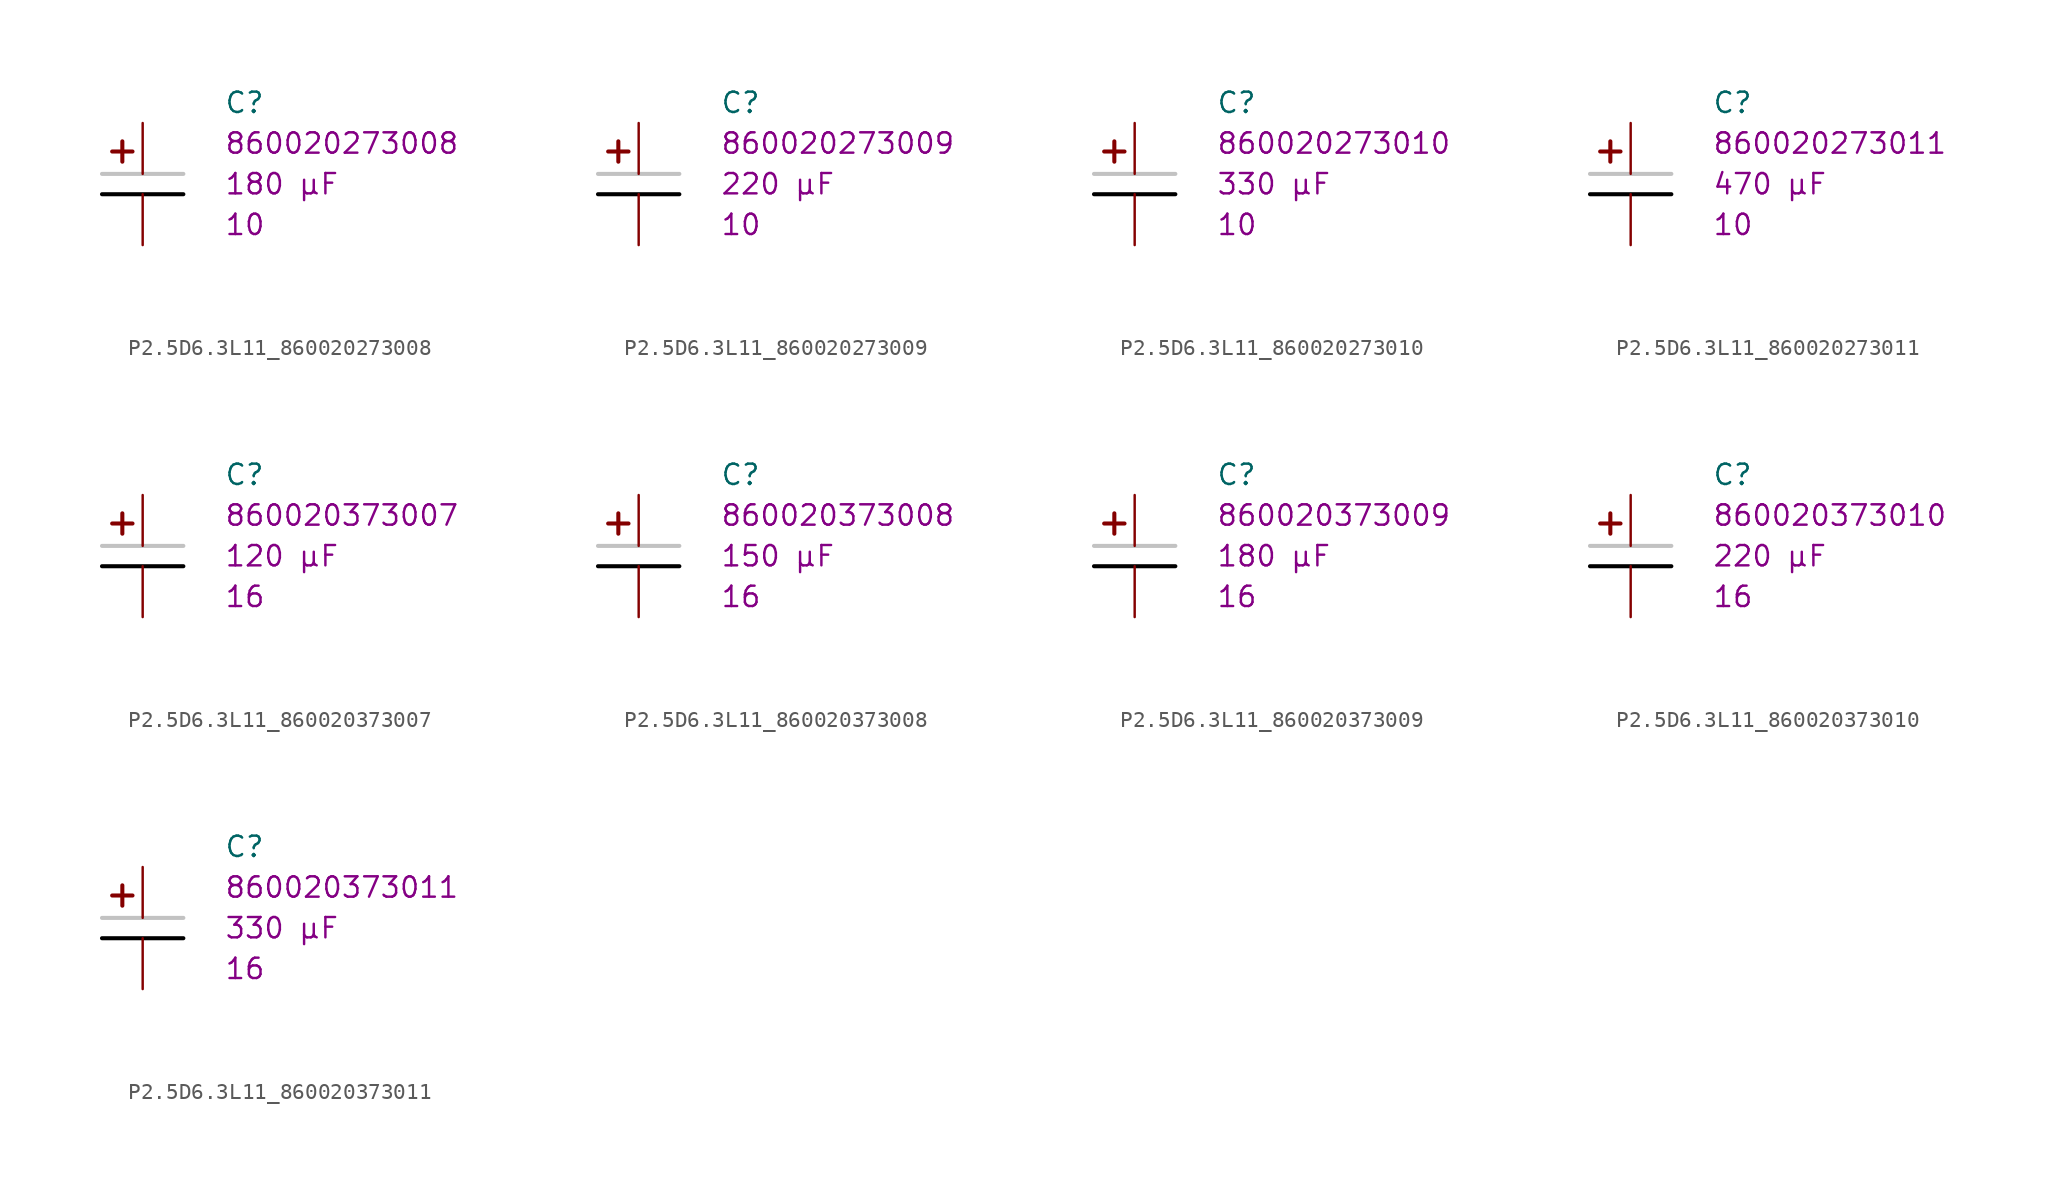
<source format=kicad_sym>
(kicad_symbol_lib
  (version 20220914)
  (generator kicad_symbol_editor)
  (symbol "P2.5D6.3L11_860020273008"
    (pin_numbers hide)
    (pin_names hide)
    (property "Reference" "C"
      (at 5.08 5.08 0)
      (effects (font (size 1.27 1.27)) (justify left)))
    (property "Part Number" "860020273008"
      (at 5.08 2.54 0)
      (effects (font (size 1.27 1.27)) (justify left)))
    (property "Capacitance" "180 µF"
      (at 5.08 0 0)
      (effects (font (size 1.27 1.27)) (justify left)))
    (property "Voltage" "10"
      (at 5.08 -2.54 0)
      (effects (font (size 1.27 1.27)) (justify left)))
    (property "Critical Parameter" ""
      (at 0 -7.62 0)
      (effects (font (size 1.27 1.27))))
    (symbol "P2.5D6.3L11_860020273008_1_1"
      (polyline (pts (xy -1.27 2.667) (xy -1.27 1.397)) (stroke (width 0.254) (type default)) (fill (type none)))
      (polyline (pts (xy -0.635 2.032) (xy -1.905 2.032)) (stroke (width 0.254) (type default)) (fill (type none)))
      (polyline (pts (xy 2.54 -0.635) (xy -2.54 -0.635)) (stroke (width 0.254) (type default) (color 0 0 0 1)) (fill (type none)))
      (polyline (pts (xy 2.54 0.635) (xy -2.54 0.635)) (stroke (width 0.254) (type default) (color 194 194 194 1)) (fill (type none)))
      (pin passive line (at 0 3.81 270) (length 3.175) (name "1" (effects (font (size 1.27 1.27)))) (number "1" (effects (font (size 1.27 1.27)))))
      (pin passive line (at 0 -3.81 90) (length 3.175) (name "2" (effects (font (size 1.27 1.27)))) (number "2" (effects (font (size 1.27 1.27)))))))
  (symbol "P2.5D6.3L11_860020273009"
    (pin_numbers hide)
    (pin_names hide)
    (property "Reference" "C"
      (at 5.08 5.08 0)
      (effects (font (size 1.27 1.27)) (justify left)))
    (property "Part Number" "860020273009"
      (at 5.08 2.54 0)
      (effects (font (size 1.27 1.27)) (justify left)))
    (property "Capacitance" "220 µF"
      (at 5.08 0 0)
      (effects (font (size 1.27 1.27)) (justify left)))
    (property "Voltage" "10"
      (at 5.08 -2.54 0)
      (effects (font (size 1.27 1.27)) (justify left)))
    (property "Critical Parameter" ""
      (at 0 -7.62 0)
      (effects (font (size 1.27 1.27))))
    (symbol "P2.5D6.3L11_860020273009_1_1"
      (polyline (pts (xy -1.27 2.667) (xy -1.27 1.397)) (stroke (width 0.254) (type default)) (fill (type none)))
      (polyline (pts (xy -0.635 2.032) (xy -1.905 2.032)) (stroke (width 0.254) (type default)) (fill (type none)))
      (polyline (pts (xy 2.54 -0.635) (xy -2.54 -0.635)) (stroke (width 0.254) (type default) (color 0 0 0 1)) (fill (type none)))
      (polyline (pts (xy 2.54 0.635) (xy -2.54 0.635)) (stroke (width 0.254) (type default) (color 194 194 194 1)) (fill (type none)))
      (pin passive line (at 0 3.81 270) (length 3.175) (name "1" (effects (font (size 1.27 1.27)))) (number "1" (effects (font (size 1.27 1.27)))))
      (pin passive line (at 0 -3.81 90) (length 3.175) (name "2" (effects (font (size 1.27 1.27)))) (number "2" (effects (font (size 1.27 1.27)))))))
  (symbol "P2.5D6.3L11_860020273010"
    (pin_numbers hide)
    (pin_names hide)
    (property "Reference" "C"
      (at 5.08 5.08 0)
      (effects (font (size 1.27 1.27)) (justify left)))
    (property "Part Number" "860020273010"
      (at 5.08 2.54 0)
      (effects (font (size 1.27 1.27)) (justify left)))
    (property "Capacitance" "330 µF"
      (at 5.08 0 0)
      (effects (font (size 1.27 1.27)) (justify left)))
    (property "Voltage" "10"
      (at 5.08 -2.54 0)
      (effects (font (size 1.27 1.27)) (justify left)))
    (property "Critical Parameter" ""
      (at 0 -7.62 0)
      (effects (font (size 1.27 1.27))))
    (symbol "P2.5D6.3L11_860020273010_1_1"
      (polyline (pts (xy -1.27 2.667) (xy -1.27 1.397)) (stroke (width 0.254) (type default)) (fill (type none)))
      (polyline (pts (xy -0.635 2.032) (xy -1.905 2.032)) (stroke (width 0.254) (type default)) (fill (type none)))
      (polyline (pts (xy 2.54 -0.635) (xy -2.54 -0.635)) (stroke (width 0.254) (type default) (color 0 0 0 1)) (fill (type none)))
      (polyline (pts (xy 2.54 0.635) (xy -2.54 0.635)) (stroke (width 0.254) (type default) (color 194 194 194 1)) (fill (type none)))
      (pin passive line (at 0 3.81 270) (length 3.175) (name "1" (effects (font (size 1.27 1.27)))) (number "1" (effects (font (size 1.27 1.27)))))
      (pin passive line (at 0 -3.81 90) (length 3.175) (name "2" (effects (font (size 1.27 1.27)))) (number "2" (effects (font (size 1.27 1.27)))))))
  (symbol "P2.5D6.3L11_860020273011"
    (pin_numbers hide)
    (pin_names hide)
    (property "Reference" "C"
      (at 5.08 5.08 0)
      (effects (font (size 1.27 1.27)) (justify left)))
    (property "Part Number" "860020273011"
      (at 5.08 2.54 0)
      (effects (font (size 1.27 1.27)) (justify left)))
    (property "Capacitance" "470 µF"
      (at 5.08 0 0)
      (effects (font (size 1.27 1.27)) (justify left)))
    (property "Voltage" "10"
      (at 5.08 -2.54 0)
      (effects (font (size 1.27 1.27)) (justify left)))
    (property "Critical Parameter" ""
      (at 0 -7.62 0)
      (effects (font (size 1.27 1.27))))
    (symbol "P2.5D6.3L11_860020273011_1_1"
      (polyline (pts (xy -1.27 2.667) (xy -1.27 1.397)) (stroke (width 0.254) (type default)) (fill (type none)))
      (polyline (pts (xy -0.635 2.032) (xy -1.905 2.032)) (stroke (width 0.254) (type default)) (fill (type none)))
      (polyline (pts (xy 2.54 -0.635) (xy -2.54 -0.635)) (stroke (width 0.254) (type default) (color 0 0 0 1)) (fill (type none)))
      (polyline (pts (xy 2.54 0.635) (xy -2.54 0.635)) (stroke (width 0.254) (type default) (color 194 194 194 1)) (fill (type none)))
      (pin passive line (at 0 3.81 270) (length 3.175) (name "1" (effects (font (size 1.27 1.27)))) (number "1" (effects (font (size 1.27 1.27)))))
      (pin passive line (at 0 -3.81 90) (length 3.175) (name "2" (effects (font (size 1.27 1.27)))) (number "2" (effects (font (size 1.27 1.27)))))))
  (symbol "P2.5D6.3L11_860020373007"
    (pin_numbers hide)
    (pin_names hide)
    (property "Reference" "C"
      (at 5.08 5.08 0)
      (effects (font (size 1.27 1.27)) (justify left)))
    (property "Part Number" "860020373007"
      (at 5.08 2.54 0)
      (effects (font (size 1.27 1.27)) (justify left)))
    (property "Capacitance" "120 µF"
      (at 5.08 0 0)
      (effects (font (size 1.27 1.27)) (justify left)))
    (property "Voltage" "16"
      (at 5.08 -2.54 0)
      (effects (font (size 1.27 1.27)) (justify left)))
    (property "Critical Parameter" ""
      (at 0 -7.62 0)
      (effects (font (size 1.27 1.27))))
    (symbol "P2.5D6.3L11_860020373007_1_1"
      (polyline (pts (xy -1.27 2.667) (xy -1.27 1.397)) (stroke (width 0.254) (type default)) (fill (type none)))
      (polyline (pts (xy -0.635 2.032) (xy -1.905 2.032)) (stroke (width 0.254) (type default)) (fill (type none)))
      (polyline (pts (xy 2.54 -0.635) (xy -2.54 -0.635)) (stroke (width 0.254) (type default) (color 0 0 0 1)) (fill (type none)))
      (polyline (pts (xy 2.54 0.635) (xy -2.54 0.635)) (stroke (width 0.254) (type default) (color 194 194 194 1)) (fill (type none)))
      (pin passive line (at 0 3.81 270) (length 3.175) (name "1" (effects (font (size 1.27 1.27)))) (number "1" (effects (font (size 1.27 1.27)))))
      (pin passive line (at 0 -3.81 90) (length 3.175) (name "2" (effects (font (size 1.27 1.27)))) (number "2" (effects (font (size 1.27 1.27)))))))
  (symbol "P2.5D6.3L11_860020373008"
    (pin_numbers hide)
    (pin_names hide)
    (property "Reference" "C"
      (at 5.08 5.08 0)
      (effects (font (size 1.27 1.27)) (justify left)))
    (property "Part Number" "860020373008"
      (at 5.08 2.54 0)
      (effects (font (size 1.27 1.27)) (justify left)))
    (property "Capacitance" "150 µF"
      (at 5.08 0 0)
      (effects (font (size 1.27 1.27)) (justify left)))
    (property "Voltage" "16"
      (at 5.08 -2.54 0)
      (effects (font (size 1.27 1.27)) (justify left)))
    (property "Critical Parameter" ""
      (at 0 -7.62 0)
      (effects (font (size 1.27 1.27))))
    (symbol "P2.5D6.3L11_860020373008_1_1"
      (polyline (pts (xy -1.27 2.667) (xy -1.27 1.397)) (stroke (width 0.254) (type default)) (fill (type none)))
      (polyline (pts (xy -0.635 2.032) (xy -1.905 2.032)) (stroke (width 0.254) (type default)) (fill (type none)))
      (polyline (pts (xy 2.54 -0.635) (xy -2.54 -0.635)) (stroke (width 0.254) (type default) (color 0 0 0 1)) (fill (type none)))
      (polyline (pts (xy 2.54 0.635) (xy -2.54 0.635)) (stroke (width 0.254) (type default) (color 194 194 194 1)) (fill (type none)))
      (pin passive line (at 0 3.81 270) (length 3.175) (name "1" (effects (font (size 1.27 1.27)))) (number "1" (effects (font (size 1.27 1.27)))))
      (pin passive line (at 0 -3.81 90) (length 3.175) (name "2" (effects (font (size 1.27 1.27)))) (number "2" (effects (font (size 1.27 1.27)))))))
  (symbol "P2.5D6.3L11_860020373009"
    (pin_numbers hide)
    (pin_names hide)
    (property "Reference" "C"
      (at 5.08 5.08 0)
      (effects (font (size 1.27 1.27)) (justify left)))
    (property "Part Number" "860020373009"
      (at 5.08 2.54 0)
      (effects (font (size 1.27 1.27)) (justify left)))
    (property "Capacitance" "180 µF"
      (at 5.08 0 0)
      (effects (font (size 1.27 1.27)) (justify left)))
    (property "Voltage" "16"
      (at 5.08 -2.54 0)
      (effects (font (size 1.27 1.27)) (justify left)))
    (property "Critical Parameter" ""
      (at 0 -7.62 0)
      (effects (font (size 1.27 1.27))))
    (symbol "P2.5D6.3L11_860020373009_1_1"
      (polyline (pts (xy -1.27 2.667) (xy -1.27 1.397)) (stroke (width 0.254) (type default)) (fill (type none)))
      (polyline (pts (xy -0.635 2.032) (xy -1.905 2.032)) (stroke (width 0.254) (type default)) (fill (type none)))
      (polyline (pts (xy 2.54 -0.635) (xy -2.54 -0.635)) (stroke (width 0.254) (type default) (color 0 0 0 1)) (fill (type none)))
      (polyline (pts (xy 2.54 0.635) (xy -2.54 0.635)) (stroke (width 0.254) (type default) (color 194 194 194 1)) (fill (type none)))
      (pin passive line (at 0 3.81 270) (length 3.175) (name "1" (effects (font (size 1.27 1.27)))) (number "1" (effects (font (size 1.27 1.27)))))
      (pin passive line (at 0 -3.81 90) (length 3.175) (name "2" (effects (font (size 1.27 1.27)))) (number "2" (effects (font (size 1.27 1.27)))))))
  (symbol "P2.5D6.3L11_860020373010"
    (pin_numbers hide)
    (pin_names hide)
    (property "Reference" "C"
      (at 5.08 5.08 0)
      (effects (font (size 1.27 1.27)) (justify left)))
    (property "Part Number" "860020373010"
      (at 5.08 2.54 0)
      (effects (font (size 1.27 1.27)) (justify left)))
    (property "Capacitance" "220 µF"
      (at 5.08 0 0)
      (effects (font (size 1.27 1.27)) (justify left)))
    (property "Voltage" "16"
      (at 5.08 -2.54 0)
      (effects (font (size 1.27 1.27)) (justify left)))
    (property "Critical Parameter" ""
      (at 0 -7.62 0)
      (effects (font (size 1.27 1.27))))
    (symbol "P2.5D6.3L11_860020373010_1_1"
      (polyline (pts (xy -1.27 2.667) (xy -1.27 1.397)) (stroke (width 0.254) (type default)) (fill (type none)))
      (polyline (pts (xy -0.635 2.032) (xy -1.905 2.032)) (stroke (width 0.254) (type default)) (fill (type none)))
      (polyline (pts (xy 2.54 -0.635) (xy -2.54 -0.635)) (stroke (width 0.254) (type default) (color 0 0 0 1)) (fill (type none)))
      (polyline (pts (xy 2.54 0.635) (xy -2.54 0.635)) (stroke (width 0.254) (type default) (color 194 194 194 1)) (fill (type none)))
      (pin passive line (at 0 3.81 270) (length 3.175) (name "1" (effects (font (size 1.27 1.27)))) (number "1" (effects (font (size 1.27 1.27)))))
      (pin passive line (at 0 -3.81 90) (length 3.175) (name "2" (effects (font (size 1.27 1.27)))) (number "2" (effects (font (size 1.27 1.27)))))))
  (symbol "P2.5D6.3L11_860020373011"
    (pin_numbers hide)
    (pin_names hide)
    (property "Reference" "C"
      (at 5.08 5.08 0)
      (effects (font (size 1.27 1.27)) (justify left)))
    (property "Part Number" "860020373011"
      (at 5.08 2.54 0)
      (effects (font (size 1.27 1.27)) (justify left)))
    (property "Capacitance" "330 µF"
      (at 5.08 0 0)
      (effects (font (size 1.27 1.27)) (justify left)))
    (property "Voltage" "16"
      (at 5.08 -2.54 0)
      (effects (font (size 1.27 1.27)) (justify left)))
    (property "Critical Parameter" ""
      (at 0 -7.62 0)
      (effects (font (size 1.27 1.27))))
    (symbol "P2.5D6.3L11_860020373011_1_1"
      (polyline (pts (xy -1.27 2.667) (xy -1.27 1.397)) (stroke (width 0.254) (type default)) (fill (type none)))
      (polyline (pts (xy -0.635 2.032) (xy -1.905 2.032)) (stroke (width 0.254) (type default)) (fill (type none)))
      (polyline (pts (xy 2.54 -0.635) (xy -2.54 -0.635)) (stroke (width 0.254) (type default) (color 0 0 0 1)) (fill (type none)))
      (polyline (pts (xy 2.54 0.635) (xy -2.54 0.635)) (stroke (width 0.254) (type default) (color 194 194 194 1)) (fill (type none)))
      (pin passive line (at 0 3.81 270) (length 3.175) (name "1" (effects (font (size 1.27 1.27)))) (number "1" (effects (font (size 1.27 1.27)))))
      (pin passive line (at 0 -3.81 90) (length 3.175) (name "2" (effects (font (size 1.27 1.27)))) (number "2" (effects (font (size 1.27 1.27))))))))
</source>
